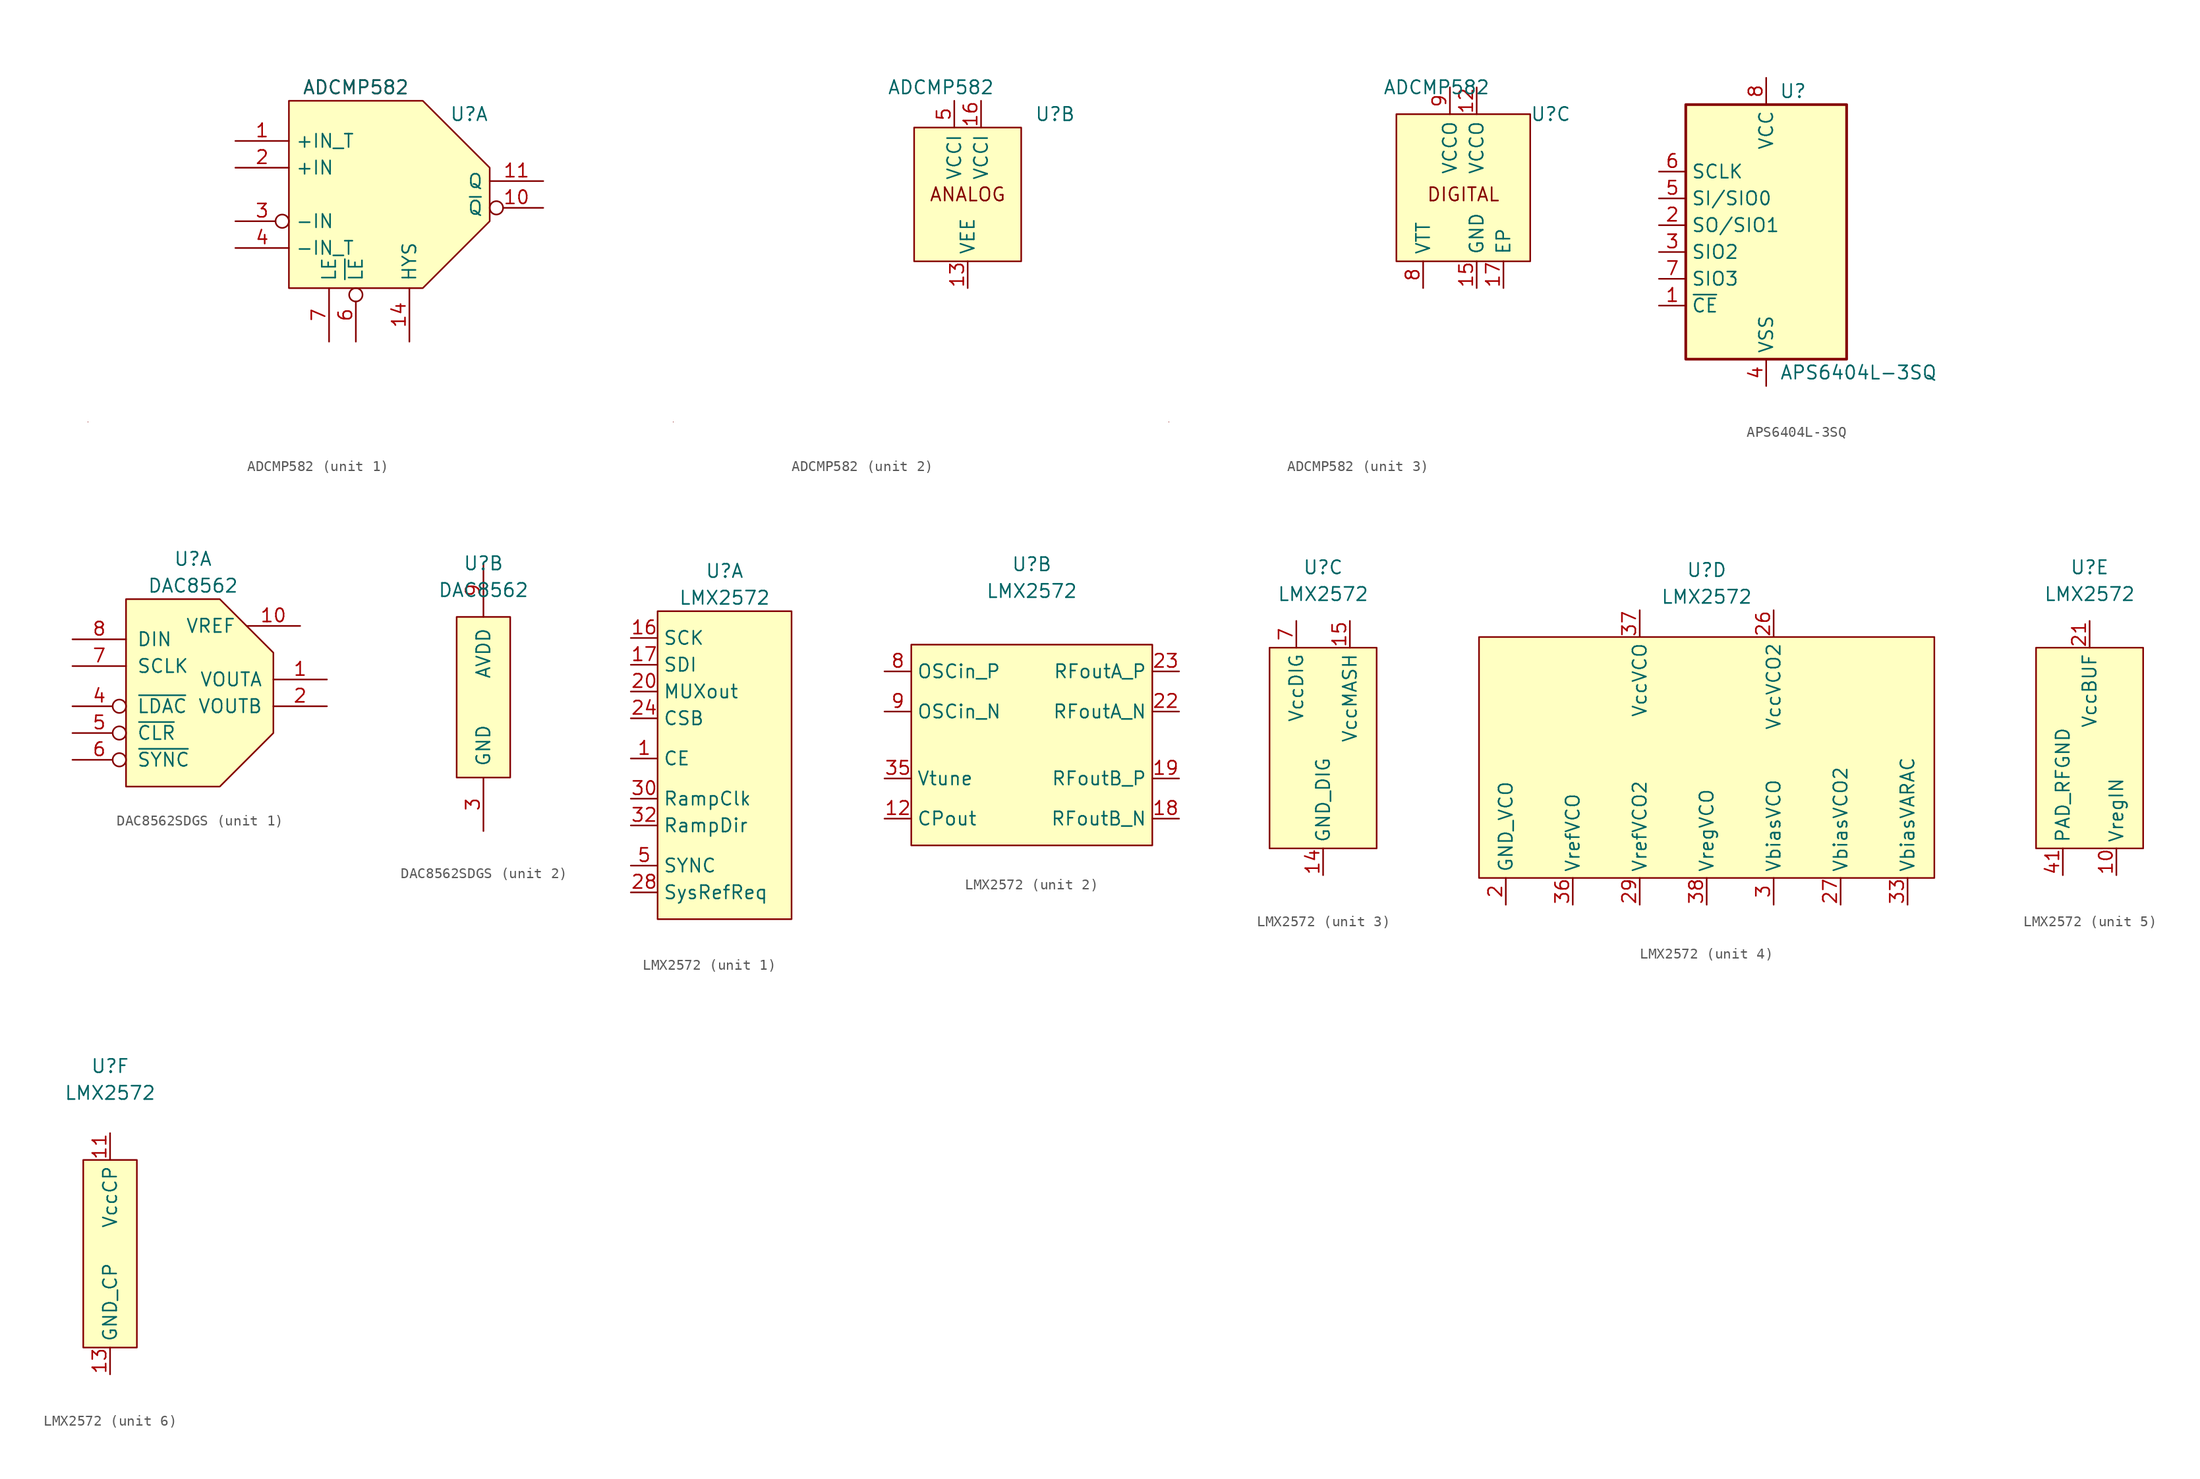
<source format=kicad_sym>
(kicad_symbol_lib
  (version 20220914)
  (generator kicad_symbol_editor)
  (symbol "ADCMP582"
    (pin_names
      (offset 0.6))
    (property "Reference" "U"
      (at 6.35 7.62 0)
      (effects (font (size 1.27 1.27)) (justify left)))
    (property "Value" "ADCMP582"
      (at -2.54 10.16 0)
      (effects (font (size 1.27 1.27))))
    (property "ki_locked" ""
      (at 0 0 0)
      (effects (font (size 1.27 1.27))))
    (symbol "ADCMP582_0_0"
      (text "ANALOG" (at -27.94 -21.59 0) (effects (font (size 0 0)))))
    (symbol "ADCMP582_1_0"
      (text "ADCMP582" (at -2.54 10.16 0) (effects (font (size 1.27 1.27)))))
    (symbol "ADCMP582_1_1"
      (polyline (pts (xy 10.16 2.54) (xy 3.81 8.89) (xy -8.89 8.89) (xy -8.89 -8.89) (xy 3.81 -8.89) (xy 10.16 -2.54) (xy 10.16 2.54)) (stroke (width 0) (type solid)) (fill (type background)))
      (pin input line (at -13.97 5.08 0) (length 5.08) (name "+IN_T" (effects (font (size 1.27 1.27)))) (number "1" (effects (font (size 1.27 1.27)))))
      (pin open_emitter inverted (at 15.24 -1.27 180) (length 5.08) (name "~{Q}" (effects (font (size 1.27 1.27)))) (number "10" (effects (font (size 1.27 1.27)))))
      (pin open_emitter line (at 15.24 1.27 180) (length 5.08) (name "Q" (effects (font (size 1.27 1.27)))) (number "11" (effects (font (size 1.27 1.27)))))
      (pin input line (at 2.54 -13.97 90) (length 5.08) (name "HYS" (effects (font (size 1.27 1.27)))) (number "14" (effects (font (size 1.27 1.27)))))
      (pin input line (at -13.97 2.54 0) (length 5.08) (name "+IN" (effects (font (size 1.27 1.27)))) (number "2" (effects (font (size 1.27 1.27)))))
      (pin input inverted (at -13.97 -2.54 0) (length 5.08) (name "-IN" (effects (font (size 1.27 1.27)))) (number "3" (effects (font (size 1.27 1.27)))))
      (pin input line (at -13.97 -5.08 0) (length 5.08) (name "-IN_T" (effects (font (size 1.27 1.27)))) (number "4" (effects (font (size 1.27 1.27)))))
      (pin input inverted (at -2.54 -13.97 90) (length 5.08) (name "~{LE}" (effects (font (size 1.27 1.27)))) (number "6" (effects (font (size 1.27 1.27)))))
      (pin input line (at -5.08 -13.97 90) (length 5.08) (name "LE" (effects (font (size 1.27 1.27)))) (number "7" (effects (font (size 1.27 1.27))))))
    (symbol "ADCMP582_2_0"
      (rectangle (start -5.08 6.35) (end 5.08 -6.35) (stroke (width 0) (type solid)) (fill (type background)))
      (text "ANALOG" (at 0 0 0) (effects (font (size 1.27 1.27)))))
    (symbol "ADCMP582_2_1"
      (pin power_in line (at 0 -8.89 90) (length 2.54) (name "VEE" (effects (font (size 1.27 1.27)))) (number "13" (effects (font (size 1.27 1.27)))))
      (pin power_in line (at 1.27 8.89 270) (length 2.54) (name "VCCI" (effects (font (size 1.27 1.27)))) (number "16" (effects (font (size 1.27 1.27)))))
      (pin power_in line (at -1.27 8.89 270) (length 2.54) (name "VCCI" (effects (font (size 1.27 1.27)))) (number "5" (effects (font (size 1.27 1.27))))))
    (symbol "ADCMP582_3_0"
      (rectangle (start -6.35 7.62) (end 6.35 -6.35) (stroke (width 0) (type solid)) (fill (type background)))
      (text "DIGITAL" (at 0 0 0) (effects (font (size 1.27 1.27)))))
    (symbol "ADCMP582_3_1"
      (pin power_in line (at 1.27 10.16 270) (length 2.54) (name "VCCO" (effects (font (size 1.27 1.27)))) (number "12" (effects (font (size 1.27 1.27)))))
      (pin power_in line (at 1.27 -8.89 90) (length 2.54) (name "GND" (effects (font (size 1.27 1.27)))) (number "15" (effects (font (size 1.27 1.27)))))
      (pin power_in line (at 3.81 -8.89 90) (length 2.54) (name "EP" (effects (font (size 1.27 1.27)))) (number "17" (effects (font (size 1.27 1.27)))))
      (pin input line (at -3.81 -8.89 90) (length 2.54) (name "VTT" (effects (font (size 1.27 1.27)))) (number "8" (effects (font (size 1.27 1.27)))))
      (pin power_in line (at -1.27 10.16 270) (length 2.54) (name "VCCO" (effects (font (size 1.27 1.27)))) (number "9" (effects (font (size 1.27 1.27)))))))
  (symbol "APS6404L-3SQ"
    (property "Reference" "U"
      (at 2.54 13.97 0)
      (effects (font (size 1.27 1.27))))
    (property "Value" "APS6404L-3SQ"
      (at 1.27 -12.7 0)
      (effects (font (size 1.27 1.27)) (justify left)))
    (symbol "APS6404L-3SQ_0_1"
      (rectangle (start -7.62 12.7) (end 7.62 -11.43) (stroke (width 0.254) (type default)) (fill (type background))))
    (symbol "APS6404L-3SQ_1_1"
      (pin input line (at -10.16 -6.35 0) (length 2.54) (name "~{CE}" (effects (font (size 1.27 1.27)))) (number "1" (effects (font (size 1.27 1.27)))))
      (pin bidirectional line (at -10.16 1.27 0) (length 2.54) (name "SO/SIO1" (effects (font (size 1.27 1.27)))) (number "2" (effects (font (size 1.27 1.27)))))
      (pin bidirectional line (at -10.16 -1.27 0) (length 2.54) (name "SIO2" (effects (font (size 1.27 1.27)))) (number "3" (effects (font (size 1.27 1.27)))))
      (pin power_in line (at 0 -13.97 90) (length 2.54) (name "VSS" (effects (font (size 1.27 1.27)))) (number "4" (effects (font (size 1.27 1.27)))))
      (pin bidirectional line (at -10.16 3.81 0) (length 2.54) (name "SI/SIO0" (effects (font (size 1.27 1.27)))) (number "5" (effects (font (size 1.27 1.27)))))
      (pin input line (at -10.16 6.35 0) (length 2.54) (name "SCLK" (effects (font (size 1.27 1.27)))) (number "6" (effects (font (size 1.27 1.27)))))
      (pin bidirectional line (at -10.16 -3.81 0) (length 2.54) (name "SIO3" (effects (font (size 1.27 1.27)))) (number "7" (effects (font (size 1.27 1.27)))))
      (pin power_in line (at 0 15.24 270) (length 2.54) (name "VCC" (effects (font (size 1.27 1.27)))) (number "8" (effects (font (size 1.27 1.27)))))))
  (symbol "DAC8562SDGS"
    (pin_names
      (offset 1))
    (property "Reference" "U"
      (at 0 12.7 0)
      (effects (font (size 1.27 1.27))))
    (property "Value" "DAC8562"
      (at 0 10.16 0)
      (effects (font (size 1.27 1.27))))
    (property "ki_locked" ""
      (at 0 0 0)
      (effects (font (size 1.27 1.27))))
    (symbol "DAC8562SDGS_1_1"
      (polyline (pts (xy -6.35 6.35) (xy -6.35 -8.89) (xy 2.54 -8.89) (xy 7.62 -3.81) (xy 7.62 3.81) (xy 3.81 7.62) (xy 2.54 8.89) (xy -6.35 8.89) (xy -6.35 6.35)) (stroke (width 0) (type solid)) (fill (type background)))
      (pin output line (at 12.7 1.27 180) (length 5.08) (name "VOUTA" (effects (font (size 1.27 1.27)))) (number "1" (effects (font (size 1.27 1.27)))))
      (pin bidirectional line (at 10.16 6.35 180) (length 5.08) (name "VREF" (effects (font (size 1.27 1.27)))) (number "10" (effects (font (size 1.27 1.27)))))
      (pin output line (at 12.7 -1.27 180) (length 5.08) (name "VOUTB" (effects (font (size 1.27 1.27)))) (number "2" (effects (font (size 1.27 1.27)))))
      (pin input inverted (at -11.43 -1.27 0) (length 5.08) (name "~{LDAC}" (effects (font (size 1.27 1.27)))) (number "4" (effects (font (size 1.27 1.27)))))
      (pin input inverted (at -11.43 -3.81 0) (length 5.08) (name "~{CLR}" (effects (font (size 1.27 1.27)))) (number "5" (effects (font (size 1.27 1.27)))))
      (pin input inverted (at -11.43 -6.35 0) (length 5.08) (name "~{SYNC}" (effects (font (size 1.27 1.27)))) (number "6" (effects (font (size 1.27 1.27)))))
      (pin input line (at -11.43 2.54 0) (length 5.08) (name "SCLK" (effects (font (size 1.27 1.27)))) (number "7" (effects (font (size 1.27 1.27)))))
      (pin input line (at -11.43 5.08 0) (length 5.08) (name "DIN" (effects (font (size 1.27 1.27)))) (number "8" (effects (font (size 1.27 1.27))))))
    (symbol "DAC8562SDGS_2_1"
      (rectangle (start -2.54 7.62) (end 2.54 -7.62) (stroke (width 0) (type solid)) (fill (type background)))
      (pin power_in line (at 0 -12.7 90) (length 5.08) (name "GND" (effects (font (size 1.27 1.27)))) (number "3" (effects (font (size 1.27 1.27)))))
      (pin input line (at 0 12.7 270) (length 5.08) (name "AVDD" (effects (font (size 1.27 1.27)))) (number "9" (effects (font (size 1.27 1.27)))))))
  (symbol "LMX2572"
    (property "Reference" "U"
      (at 0 17.78 0)
      (effects (font (size 1.27 1.27))))
    (property "Value" "LMX2572"
      (at 0 15.24 0)
      (effects (font (size 1.27 1.27))))
    (property "ki_locked" ""
      (at 0 0 0)
      (effects (font (size 1.27 1.27))))
    (symbol "LMX2572_1_1"
      (rectangle (start -6.35 13.97) (end 6.35 -15.24) (stroke (width 0) (type default)) (fill (type background)))
      (pin input line (at -8.89 0 0) (length 2.54) (name "CE" (effects (font (size 1.27 1.27)))) (number "1" (effects (font (size 1.27 1.27)))))
      (pin input line (at -8.89 11.43 0) (length 2.54) (name "SCK" (effects (font (size 1.27 1.27)))) (number "16" (effects (font (size 1.27 1.27)))))
      (pin input line (at -8.89 8.89 0) (length 2.54) (name "SDI" (effects (font (size 1.27 1.27)))) (number "17" (effects (font (size 1.27 1.27)))))
      (pin output line (at -8.89 6.35 0) (length 2.54) (name "MUXout" (effects (font (size 1.27 1.27)))) (number "20" (effects (font (size 1.27 1.27)))))
      (pin input line (at -8.89 3.81 0) (length 2.54) (name "CSB" (effects (font (size 1.27 1.27)))) (number "24" (effects (font (size 1.27 1.27)))))
      (pin input line (at -8.89 -12.7 0) (length 2.54) (name "SysRefReq" (effects (font (size 1.27 1.27)))) (number "28" (effects (font (size 1.27 1.27)))))
      (pin input line (at -8.89 -3.81 0) (length 2.54) (name "RampClk" (effects (font (size 1.27 1.27)))) (number "30" (effects (font (size 1.27 1.27)))))
      (pin input line (at -8.89 -6.35 0) (length 2.54) (name "RampDir" (effects (font (size 1.27 1.27)))) (number "32" (effects (font (size 1.27 1.27)))))
      (pin input line (at -8.89 -10.16 0) (length 2.54) (name "SYNC" (effects (font (size 1.27 1.27)))) (number "5" (effects (font (size 1.27 1.27))))))
    (symbol "LMX2572_2_1"
      (rectangle (start -11.43 10.16) (end 11.43 -8.89) (stroke (width 0) (type default)) (fill (type background)))
      (pin output line (at -13.97 -6.35 0) (length 2.54) (name "CPout" (effects (font (size 1.27 1.27)))) (number "12" (effects (font (size 1.27 1.27)))))
      (pin output line (at 13.97 -6.35 180) (length 2.54) (name "RFoutB_N" (effects (font (size 1.27 1.27)))) (number "18" (effects (font (size 1.27 1.27)))))
      (pin output line (at 13.97 -2.54 180) (length 2.54) (name "RFoutB_P" (effects (font (size 1.27 1.27)))) (number "19" (effects (font (size 1.27 1.27)))))
      (pin output line (at 13.97 3.81 180) (length 2.54) (name "RFoutA_N" (effects (font (size 1.27 1.27)))) (number "22" (effects (font (size 1.27 1.27)))))
      (pin output line (at 13.97 7.62 180) (length 2.54) (name "RFoutA_P" (effects (font (size 1.27 1.27)))) (number "23" (effects (font (size 1.27 1.27)))))
      (pin input line (at -13.97 -2.54 0) (length 2.54) (name "Vtune" (effects (font (size 1.27 1.27)))) (number "35" (effects (font (size 1.27 1.27)))))
      (pin input line (at -13.97 7.62 0) (length 2.54) (name "OSCin_P" (effects (font (size 1.27 1.27)))) (number "8" (effects (font (size 1.27 1.27)))))
      (pin input line (at -13.97 3.81 0) (length 2.54) (name "OSCin_N" (effects (font (size 1.27 1.27)))) (number "9" (effects (font (size 1.27 1.27))))))
    (symbol "LMX2572_3_1"
      (rectangle (start -5.08 10.16) (end 5.08 -8.89) (stroke (width 0) (type default)) (fill (type background)))
      (pin power_in line (at 0 -11.43 90) (length 2.54) (name "GND_DIG" (effects (font (size 1.27 1.27)))) (number "14" (effects (font (size 1.27 1.27)))))
      (pin power_in line (at 2.54 12.7 270) (length 2.54) (name "VccMASH" (effects (font (size 1.27 1.27)))) (number "15" (effects (font (size 1.27 1.27)))))
      (pin power_in line (at 0 -11.43 90) (length 2.54) hide (name "GND_DIG" (effects (font (size 1.27 1.27)))) (number "40" (effects (font (size 1.27 1.27)))))
      (pin power_in line (at 0 -11.43 90) (length 2.54) hide (name "GND_DIG" (effects (font (size 1.27 1.27)))) (number "6" (effects (font (size 1.27 1.27)))))
      (pin power_in line (at -2.54 12.7 270) (length 2.54) (name "VccDIG" (effects (font (size 1.27 1.27)))) (number "7" (effects (font (size 1.27 1.27))))))
    (symbol "LMX2572_4_1"
      (rectangle (start -21.59 11.43) (end 21.59 -11.43) (stroke (width 0) (type default)) (fill (type background)))
      (pin power_in line (at -19.05 -13.97 90) (length 2.54) (name "GND_VCO" (effects (font (size 1.27 1.27)))) (number "2" (effects (font (size 1.27 1.27)))))
      (pin power_in line (at -19.05 -13.97 90) (length 2.54) hide (name "GND_VCO" (effects (font (size 1.27 1.27)))) (number "25" (effects (font (size 1.27 1.27)))))
      (pin power_in line (at 6.35 13.97 270) (length 2.54) (name "VccVCO2" (effects (font (size 1.27 1.27)))) (number "26" (effects (font (size 1.27 1.27)))))
      (pin power_out line (at 12.7 -13.97 90) (length 2.54) (name "VbiasVCO2" (effects (font (size 1.27 1.27)))) (number "27" (effects (font (size 1.27 1.27)))))
      (pin power_out line (at -6.35 -13.97 90) (length 2.54) (name "VrefVCO2" (effects (font (size 1.27 1.27)))) (number "29" (effects (font (size 1.27 1.27)))))
      (pin power_out line (at 6.35 -13.97 90) (length 2.54) (name "VbiasVCO" (effects (font (size 1.27 1.27)))) (number "3" (effects (font (size 1.27 1.27)))))
      (pin power_in line (at -19.05 -13.97 90) (length 2.54) hide (name "GND_VCO" (effects (font (size 1.27 1.27)))) (number "31" (effects (font (size 1.27 1.27)))))
      (pin power_out line (at 19.05 -13.97 90) (length 2.54) (name "VbiasVARAC" (effects (font (size 1.27 1.27)))) (number "33" (effects (font (size 1.27 1.27)))))
      (pin power_in line (at -19.05 -13.97 90) (length 2.54) hide (name "GND_VCO" (effects (font (size 1.27 1.27)))) (number "34" (effects (font (size 1.27 1.27)))))
      (pin power_out line (at -12.7 -13.97 90) (length 2.54) (name "VrefVCO" (effects (font (size 1.27 1.27)))) (number "36" (effects (font (size 1.27 1.27)))))
      (pin power_in line (at -6.35 13.97 270) (length 2.54) (name "VccVCO" (effects (font (size 1.27 1.27)))) (number "37" (effects (font (size 1.27 1.27)))))
      (pin power_out line (at 0 -13.97 90) (length 2.54) (name "VregVCO" (effects (font (size 1.27 1.27)))) (number "38" (effects (font (size 1.27 1.27)))))
      (pin power_in line (at -19.05 -13.97 90) (length 2.54) hide (name "GND_VCO" (effects (font (size 1.27 1.27)))) (number "39" (effects (font (size 1.27 1.27)))))
      (pin power_in line (at -19.05 -13.97 90) (length 2.54) hide (name "GND_VCO" (effects (font (size 1.27 1.27)))) (number "4" (effects (font (size 1.27 1.27))))))
    (symbol "LMX2572_5_1"
      (rectangle (start -5.08 10.16) (end 5.08 -8.89) (stroke (width 0) (type default)) (fill (type background)))
      (pin power_out line (at 2.54 -11.43 90) (length 2.54) (name "VregIN" (effects (font (size 1.27 1.27)))) (number "10" (effects (font (size 1.27 1.27)))))
      (pin power_in line (at 0 12.7 270) (length 2.54) (name "VccBUF" (effects (font (size 1.27 1.27)))) (number "21" (effects (font (size 1.27 1.27)))))
      (pin power_in line (at -2.54 -11.43 90) (length 2.54) (name "PAD_RFGND" (effects (font (size 1.27 1.27)))) (number "41" (effects (font (size 1.27 1.27))))))
    (symbol "LMX2572_6_1"
      (rectangle (start -2.54 8.89) (end 2.54 -8.89) (stroke (width 0) (type default)) (fill (type background)))
      (pin power_in line (at 0 11.43 270) (length 2.54) (name "VccCP" (effects (font (size 1.27 1.27)))) (number "11" (effects (font (size 1.27 1.27)))))
      (pin power_in line (at 0 -11.43 90) (length 2.54) (name "GND_CP" (effects (font (size 1.27 1.27)))) (number "13" (effects (font (size 1.27 1.27))))))))
</source>
